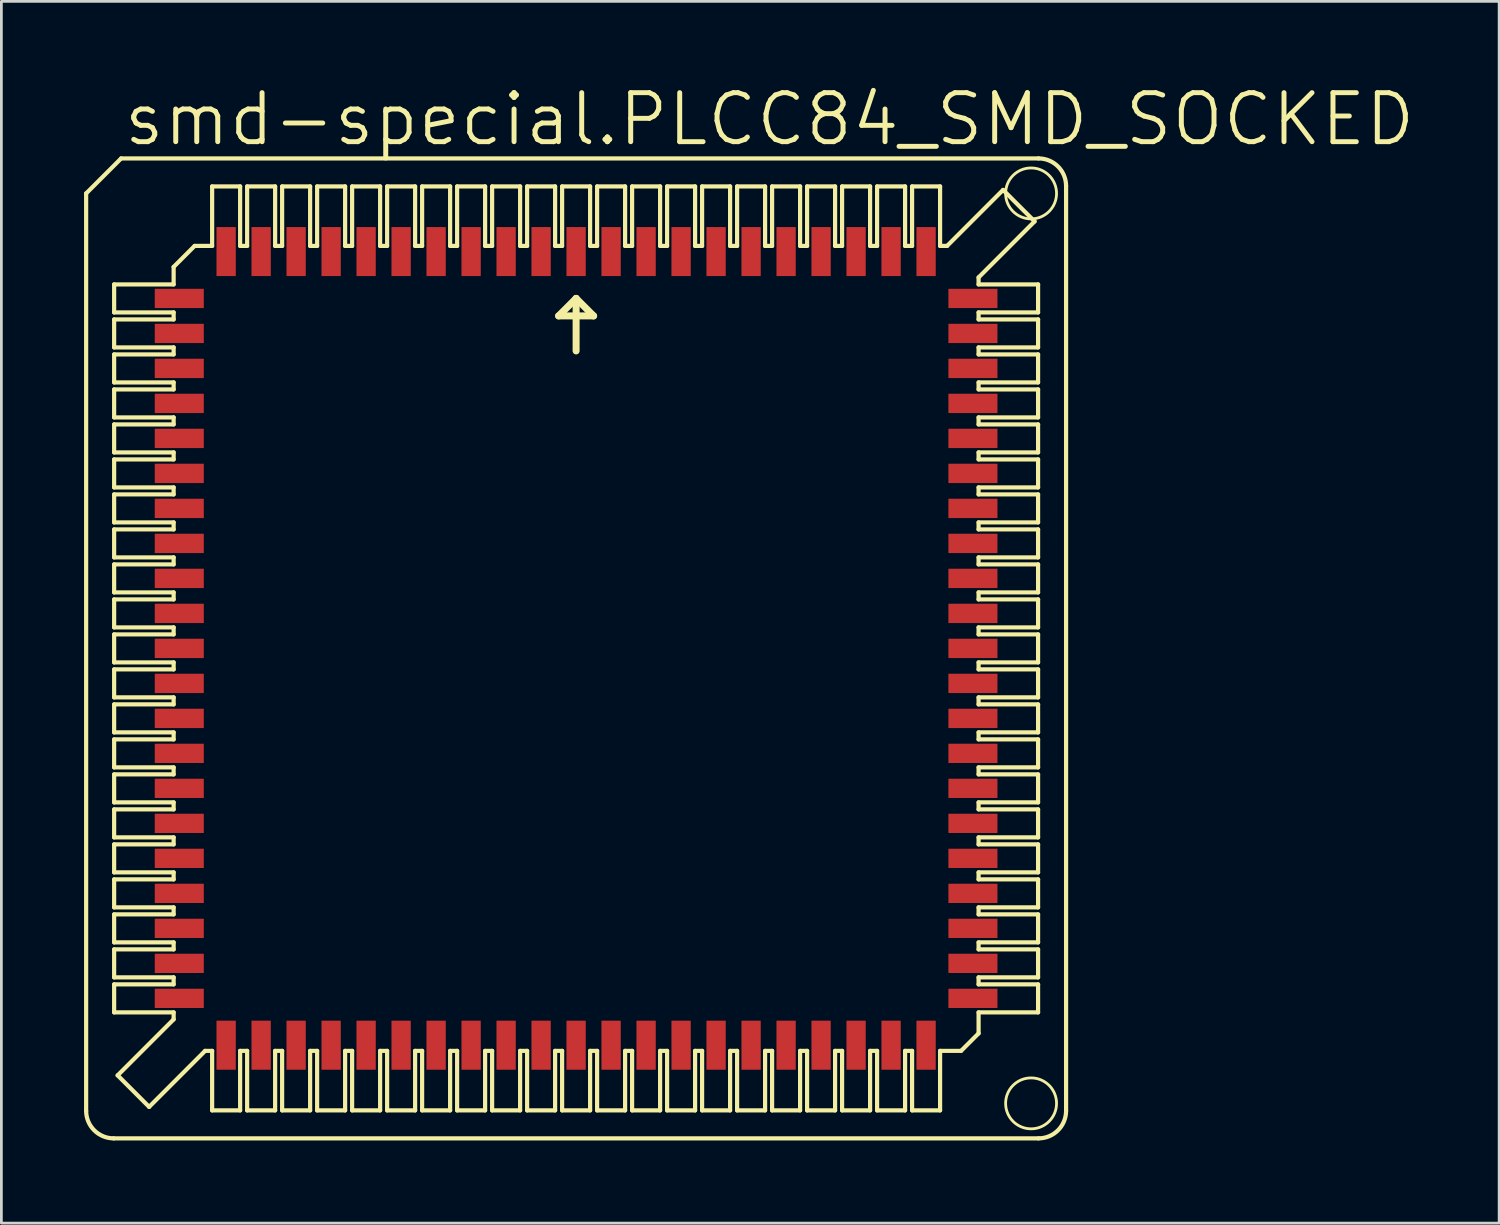
<source format=kicad_pcb>
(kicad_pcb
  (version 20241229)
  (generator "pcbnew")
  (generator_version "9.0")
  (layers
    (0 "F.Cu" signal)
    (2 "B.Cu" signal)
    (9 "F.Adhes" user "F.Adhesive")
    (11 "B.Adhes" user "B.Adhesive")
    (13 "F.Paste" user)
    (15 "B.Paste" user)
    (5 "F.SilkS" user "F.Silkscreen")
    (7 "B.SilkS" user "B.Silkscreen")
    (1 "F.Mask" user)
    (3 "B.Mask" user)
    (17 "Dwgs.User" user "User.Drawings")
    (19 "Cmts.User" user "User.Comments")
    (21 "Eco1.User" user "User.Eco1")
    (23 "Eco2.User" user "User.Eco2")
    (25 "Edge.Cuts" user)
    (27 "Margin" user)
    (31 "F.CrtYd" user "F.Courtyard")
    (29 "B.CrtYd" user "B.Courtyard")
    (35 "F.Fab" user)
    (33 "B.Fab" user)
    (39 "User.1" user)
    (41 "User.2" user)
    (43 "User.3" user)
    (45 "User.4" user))
  (footprint "smd-special.PLCC84_SMD_SOCKED"
    (layer "F.Cu")
    (at 17.856 20.479)
    (property "Reference" "smd-special.PLCC84_SMD_SOCKED" (at -16.51 -18.161 0) (layer "F.SilkS") (effects (font (size 1.778 1.778) (thickness 0.18)) (justify left bottom)))
    (attr smd)
    (fp_line (start -17.78 16.78) (end -17.78 -16.51) (stroke (width 0.152) (type default)) (layer "F.SilkS"))
    (fp_line (start -16.78 17.78) (end 16.78 17.78) (stroke (width 0.152) (type default)) (layer "F.SilkS"))
    (fp_line (start -16.764 -13.208) (end -16.764 -12.192) (stroke (width 0.152) (type default)) (layer "F.SilkS"))
    (fp_line (start -16.764 -13.208) (end -14.605 -13.208) (stroke (width 0.152) (type default)) (layer "F.SilkS"))
    (fp_line (start -16.764 -11.938) (end -16.764 -10.922) (stroke (width 0.152) (type default)) (layer "F.SilkS"))
    (fp_line (start -16.764 -11.938) (end -14.605 -11.938) (stroke (width 0.152) (type default)) (layer "F.SilkS"))
    (fp_line (start -16.764 -9.652) (end -16.764 -10.668) (stroke (width 0.152) (type default)) (layer "F.SilkS"))
    (fp_line (start -16.764 -9.652) (end -14.605 -9.652) (stroke (width 0.152) (type default)) (layer "F.SilkS"))
    (fp_line (start -16.764 -9.398) (end -16.764 -8.382) (stroke (width 0.152) (type default)) (layer "F.SilkS"))
    (fp_line (start -16.764 -9.398) (end -14.605 -9.398) (stroke (width 0.152) (type default)) (layer "F.SilkS"))
    (fp_line (start -16.764 -8.128) (end -16.764 -7.112) (stroke (width 0.152) (type default)) (layer "F.SilkS"))
    (fp_line (start -16.764 -8.128) (end -14.605 -8.128) (stroke (width 0.152) (type default)) (layer "F.SilkS"))
    (fp_line (start -16.764 -6.858) (end -16.764 -5.842) (stroke (width 0.152) (type default)) (layer "F.SilkS"))
    (fp_line (start -16.764 -6.858) (end -14.605 -6.858) (stroke (width 0.152) (type default)) (layer "F.SilkS"))
    (fp_line (start -16.764 -5.588) (end -16.764 -4.572) (stroke (width 0.152) (type default)) (layer "F.SilkS"))
    (fp_line (start -16.764 -5.588) (end -14.605 -5.588) (stroke (width 0.152) (type default)) (layer "F.SilkS"))
    (fp_line (start -16.764 -3.302) (end -16.764 -4.318) (stroke (width 0.152) (type default)) (layer "F.SilkS"))
    (fp_line (start -16.764 -3.302) (end -14.605 -3.302) (stroke (width 0.152) (type default)) (layer "F.SilkS"))
    (fp_line (start -16.764 -2.032) (end -16.764 -3.048) (stroke (width 0.152) (type default)) (layer "F.SilkS"))
    (fp_line (start -16.764 -2.032) (end -14.605 -2.032) (stroke (width 0.152) (type default)) (layer "F.SilkS"))
    (fp_line (start -16.764 -0.762) (end -16.764 -1.778) (stroke (width 0.152) (type default)) (layer "F.SilkS"))
    (fp_line (start -16.764 -0.762) (end -14.605 -0.762) (stroke (width 0.152) (type default)) (layer "F.SilkS"))
    (fp_line (start -16.764 0.508) (end -16.764 -0.508) (stroke (width 0.152) (type default)) (layer "F.SilkS"))
    (fp_line (start -16.764 0.508) (end -14.605 0.508) (stroke (width 0.152) (type default)) (layer "F.SilkS"))
    (fp_line (start -16.764 1.778) (end -16.764 0.762) (stroke (width 0.152) (type default)) (layer "F.SilkS"))
    (fp_line (start -16.764 1.778) (end -14.605 1.778) (stroke (width 0.152) (type default)) (layer "F.SilkS"))
    (fp_line (start -16.764 3.048) (end -16.764 2.032) (stroke (width 0.152) (type default)) (layer "F.SilkS"))
    (fp_line (start -16.764 3.048) (end -14.605 3.048) (stroke (width 0.152) (type default)) (layer "F.SilkS"))
    (fp_line (start -16.764 3.302) (end -16.764 4.318) (stroke (width 0.152) (type default)) (layer "F.SilkS"))
    (fp_line (start -16.764 3.302) (end -14.605 3.302) (stroke (width 0.152) (type default)) (layer "F.SilkS"))
    (fp_line (start -16.764 4.572) (end -16.764 5.588) (stroke (width 0.152) (type default)) (layer "F.SilkS"))
    (fp_line (start -16.764 4.572) (end -14.605 4.572) (stroke (width 0.152) (type default)) (layer "F.SilkS"))
    (fp_line (start -16.764 5.842) (end -16.764 6.858) (stroke (width 0.152) (type default)) (layer "F.SilkS"))
    (fp_line (start -16.764 5.842) (end -14.605 5.842) (stroke (width 0.152) (type default)) (layer "F.SilkS"))
    (fp_line (start -16.764 7.112) (end -14.605 7.112) (stroke (width 0.152) (type default)) (layer "F.SilkS"))
    (fp_line (start -16.764 8.128) (end -16.764 7.112) (stroke (width 0.152) (type default)) (layer "F.SilkS"))
    (fp_line (start -16.764 8.128) (end -14.605 8.128) (stroke (width 0.152) (type default)) (layer "F.SilkS"))
    (fp_line (start -16.764 8.382) (end -16.764 9.398) (stroke (width 0.152) (type default)) (layer "F.SilkS"))
    (fp_line (start -16.764 9.652) (end -16.764 10.668) (stroke (width 0.152) (type default)) (layer "F.SilkS"))
    (fp_line (start -16.764 10.922) (end -16.764 11.938) (stroke (width 0.152) (type default)) (layer "F.SilkS"))
    (fp_line (start -16.764 10.922) (end -14.605 10.922) (stroke (width 0.152) (type default)) (layer "F.SilkS"))
    (fp_line (start -16.764 12.192) (end -16.764 13.208) (stroke (width 0.152) (type default)) (layer "F.SilkS"))
    (fp_line (start -16.764 12.192) (end -14.605 12.192) (stroke (width 0.152) (type default)) (layer "F.SilkS"))
    (fp_line (start -16.637 15.494) (end -15.494 16.637) (stroke (width 0.152) (type default)) (layer "F.SilkS"))
    (fp_line (start -16.637 15.494) (end -14.605 13.462) (stroke (width 0.152) (type default)) (layer "F.SilkS"))
    (fp_line (start -16.51 -17.78) (end -17.78 -16.51) (stroke (width 0.152) (type default)) (layer "F.SilkS"))
    (fp_line (start -14.605 -13.208) (end -14.605 -13.843) (stroke (width 0.152) (type default)) (layer "F.SilkS"))
    (fp_line (start -14.605 -12.192) (end -16.764 -12.192) (stroke (width 0.152) (type default)) (layer "F.SilkS"))
    (fp_line (start -14.605 -12.192) (end -14.605 -11.938) (stroke (width 0.152) (type default)) (layer "F.SilkS"))
    (fp_line (start -14.605 -10.922) (end -16.764 -10.922) (stroke (width 0.152) (type default)) (layer "F.SilkS"))
    (fp_line (start -14.605 -10.668) (end -16.764 -10.668) (stroke (width 0.152) (type default)) (layer "F.SilkS"))
    (fp_line (start -14.605 -10.668) (end -14.605 -10.922) (stroke (width 0.152) (type default)) (layer "F.SilkS"))
    (fp_line (start -14.605 -9.398) (end -14.605 -9.652) (stroke (width 0.152) (type default)) (layer "F.SilkS"))
    (fp_line (start -14.605 -8.382) (end -16.764 -8.382) (stroke (width 0.152) (type default)) (layer "F.SilkS"))
    (fp_line (start -14.605 -8.382) (end -14.605 -8.128) (stroke (width 0.152) (type default)) (layer "F.SilkS"))
    (fp_line (start -14.605 -7.112) (end -16.764 -7.112) (stroke (width 0.152) (type default)) (layer "F.SilkS"))
    (fp_line (start -14.605 -7.112) (end -14.605 -6.858) (stroke (width 0.152) (type default)) (layer "F.SilkS"))
    (fp_line (start -14.605 -5.842) (end -16.764 -5.842) (stroke (width 0.152) (type default)) (layer "F.SilkS"))
    (fp_line (start -14.605 -5.842) (end -14.605 -5.588) (stroke (width 0.152) (type default)) (layer "F.SilkS"))
    (fp_line (start -14.605 -4.572) (end -16.764 -4.572) (stroke (width 0.152) (type default)) (layer "F.SilkS"))
    (fp_line (start -14.605 -4.572) (end -14.605 -4.318) (stroke (width 0.152) (type default)) (layer "F.SilkS"))
    (fp_line (start -14.605 -4.318) (end -16.764 -4.318) (stroke (width 0.152) (type default)) (layer "F.SilkS"))
    (fp_line (start -14.605 -3.048) (end -16.764 -3.048) (stroke (width 0.152) (type default)) (layer "F.SilkS"))
    (fp_line (start -14.605 -3.048) (end -14.605 -3.302) (stroke (width 0.152) (type default)) (layer "F.SilkS"))
    (fp_line (start -14.605 -1.778) (end -16.764 -1.778) (stroke (width 0.152) (type default)) (layer "F.SilkS"))
    (fp_line (start -14.605 -1.778) (end -14.605 -2.032) (stroke (width 0.152) (type default)) (layer "F.SilkS"))
    (fp_line (start -14.605 -0.508) (end -16.764 -0.508) (stroke (width 0.152) (type default)) (layer "F.SilkS"))
    (fp_line (start -14.605 -0.508) (end -14.605 -0.762) (stroke (width 0.152) (type default)) (layer "F.SilkS"))
    (fp_line (start -14.605 0.762) (end -16.764 0.762) (stroke (width 0.152) (type default)) (layer "F.SilkS"))
    (fp_line (start -14.605 0.762) (end -14.605 0.508) (stroke (width 0.152) (type default)) (layer "F.SilkS"))
    (fp_line (start -14.605 2.032) (end -16.764 2.032) (stroke (width 0.152) (type default)) (layer "F.SilkS"))
    (fp_line (start -14.605 2.032) (end -14.605 1.778) (stroke (width 0.152) (type default)) (layer "F.SilkS"))
    (fp_line (start -14.605 3.048) (end -14.605 3.302) (stroke (width 0.152) (type default)) (layer "F.SilkS"))
    (fp_line (start -14.605 4.318) (end -16.764 4.318) (stroke (width 0.152) (type default)) (layer "F.SilkS"))
    (fp_line (start -14.605 4.318) (end -14.605 4.572) (stroke (width 0.152) (type default)) (layer "F.SilkS"))
    (fp_line (start -14.605 5.588) (end -16.764 5.588) (stroke (width 0.152) (type default)) (layer "F.SilkS"))
    (fp_line (start -14.605 5.588) (end -14.605 5.842) (stroke (width 0.152) (type default)) (layer "F.SilkS"))
    (fp_line (start -14.605 6.858) (end -16.764 6.858) (stroke (width 0.152) (type default)) (layer "F.SilkS"))
    (fp_line (start -14.605 6.858) (end -14.605 7.112) (stroke (width 0.152) (type default)) (layer "F.SilkS"))
    (fp_line (start -14.605 8.382) (end -16.764 8.382) (stroke (width 0.152) (type default)) (layer "F.SilkS"))
    (fp_line (start -14.605 8.382) (end -14.605 8.128) (stroke (width 0.152) (type default)) (layer "F.SilkS"))
    (fp_line (start -14.605 9.398) (end -16.764 9.398) (stroke (width 0.152) (type default)) (layer "F.SilkS"))
    (fp_line (start -14.605 9.398) (end -14.605 9.652) (stroke (width 0.152) (type default)) (layer "F.SilkS"))
    (fp_line (start -14.605 9.652) (end -16.764 9.652) (stroke (width 0.152) (type default)) (layer "F.SilkS"))
    (fp_line (start -14.605 10.668) (end -16.764 10.668) (stroke (width 0.152) (type default)) (layer "F.SilkS"))
    (fp_line (start -14.605 10.668) (end -14.605 10.922) (stroke (width 0.152) (type default)) (layer "F.SilkS"))
    (fp_line (start -14.605 11.938) (end -16.764 11.938) (stroke (width 0.152) (type default)) (layer "F.SilkS"))
    (fp_line (start -14.605 11.938) (end -14.605 12.192) (stroke (width 0.152) (type default)) (layer "F.SilkS"))
    (fp_line (start -14.605 13.208) (end -16.764 13.208) (stroke (width 0.152) (type default)) (layer "F.SilkS"))
    (fp_line (start -14.605 13.462) (end -14.605 13.208) (stroke (width 0.152) (type default)) (layer "F.SilkS"))
    (fp_line (start -13.843 -14.605) (end -14.605 -13.843) (stroke (width 0.152) (type default)) (layer "F.SilkS"))
    (fp_line (start -13.462 14.605) (end -15.494 16.637) (stroke (width 0.152) (type default)) (layer "F.SilkS"))
    (fp_line (start -13.208 -14.605) (end -13.843 -14.605) (stroke (width 0.152) (type default)) (layer "F.SilkS"))
    (fp_line (start -13.208 -14.605) (end -13.208 -16.764) (stroke (width 0.152) (type default)) (layer "F.SilkS"))
    (fp_line (start -13.208 14.605) (end -13.462 14.605) (stroke (width 0.152) (type default)) (layer "F.SilkS"))
    (fp_line (start -13.208 14.605) (end -13.208 16.764) (stroke (width 0.152) (type default)) (layer "F.SilkS"))
    (fp_line (start -12.192 -16.764) (end -13.208 -16.764) (stroke (width 0.152) (type default)) (layer "F.SilkS"))
    (fp_line (start -12.192 -16.764) (end -12.192 -14.605) (stroke (width 0.152) (type default)) (layer "F.SilkS"))
    (fp_line (start -12.192 16.764) (end -13.208 16.764) (stroke (width 0.152) (type default)) (layer "F.SilkS"))
    (fp_line (start -12.192 16.764) (end -12.192 14.605) (stroke (width 0.152) (type default)) (layer "F.SilkS"))
    (fp_line (start -11.938 -14.605) (end -12.192 -14.605) (stroke (width 0.152) (type default)) (layer "F.SilkS"))
    (fp_line (start -11.938 -14.605) (end -11.938 -16.764) (stroke (width 0.152) (type default)) (layer "F.SilkS"))
    (fp_line (start -11.938 14.605) (end -12.192 14.605) (stroke (width 0.152) (type default)) (layer "F.SilkS"))
    (fp_line (start -11.938 14.605) (end -11.938 16.764) (stroke (width 0.152) (type default)) (layer "F.SilkS"))
    (fp_line (start -10.922 -16.764) (end -11.938 -16.764) (stroke (width 0.152) (type default)) (layer "F.SilkS"))
    (fp_line (start -10.922 -14.605) (end -10.922 -16.764) (stroke (width 0.152) (type default)) (layer "F.SilkS"))
    (fp_line (start -10.922 -14.605) (end -10.668 -14.605) (stroke (width 0.152) (type default)) (layer "F.SilkS"))
    (fp_line (start -10.922 16.764) (end -11.938 16.764) (stroke (width 0.152) (type default)) (layer "F.SilkS"))
    (fp_line (start -10.922 16.764) (end -10.922 14.605) (stroke (width 0.152) (type default)) (layer "F.SilkS"))
    (fp_line (start -10.668 -14.605) (end -10.668 -16.764) (stroke (width 0.152) (type default)) (layer "F.SilkS"))
    (fp_line (start -10.668 14.605) (end -10.922 14.605) (stroke (width 0.152) (type default)) (layer "F.SilkS"))
    (fp_line (start -10.668 16.764) (end -10.668 14.605) (stroke (width 0.152) (type default)) (layer "F.SilkS"))
    (fp_line (start -10.668 16.764) (end -9.652 16.764) (stroke (width 0.152) (type default)) (layer "F.SilkS"))
    (fp_line (start -9.652 -16.764) (end -10.668 -16.764) (stroke (width 0.152) (type default)) (layer "F.SilkS"))
    (fp_line (start -9.652 -16.764) (end -9.652 -14.605) (stroke (width 0.152) (type default)) (layer "F.SilkS"))
    (fp_line (start -9.652 14.605) (end -9.652 16.764) (stroke (width 0.152) (type default)) (layer "F.SilkS"))
    (fp_line (start -9.652 14.605) (end -9.398 14.605) (stroke (width 0.152) (type default)) (layer "F.SilkS"))
    (fp_line (start -9.398 -14.605) (end -9.652 -14.605) (stroke (width 0.152) (type default)) (layer "F.SilkS"))
    (fp_line (start -9.398 -14.605) (end -9.398 -16.764) (stroke (width 0.152) (type default)) (layer "F.SilkS"))
    (fp_line (start -9.398 16.764) (end -9.398 14.605) (stroke (width 0.152) (type default)) (layer "F.SilkS"))
    (fp_line (start -9.398 16.764) (end -8.382 16.764) (stroke (width 0.152) (type default)) (layer "F.SilkS"))
    (fp_line (start -8.382 -16.764) (end -9.398 -16.764) (stroke (width 0.152) (type default)) (layer "F.SilkS"))
    (fp_line (start -8.382 -16.764) (end -8.382 -14.605) (stroke (width 0.152) (type default)) (layer "F.SilkS"))
    (fp_line (start -8.382 14.605) (end -8.382 16.764) (stroke (width 0.152) (type default)) (layer "F.SilkS"))
    (fp_line (start -8.128 -14.605) (end -8.382 -14.605) (stroke (width 0.152) (type default)) (layer "F.SilkS"))
    (fp_line (start -8.128 -14.605) (end -8.128 -16.764) (stroke (width 0.152) (type default)) (layer "F.SilkS"))
    (fp_line (start -8.128 14.605) (end -8.382 14.605) (stroke (width 0.152) (type default)) (layer "F.SilkS"))
    (fp_line (start -8.128 14.605) (end -8.128 16.764) (stroke (width 0.152) (type default)) (layer "F.SilkS"))
    (fp_line (start -7.112 -16.764) (end -8.128 -16.764) (stroke (width 0.152) (type default)) (layer "F.SilkS"))
    (fp_line (start -7.112 -16.764) (end -7.112 -14.605) (stroke (width 0.152) (type default)) (layer "F.SilkS"))
    (fp_line (start -7.112 16.764) (end -8.128 16.764) (stroke (width 0.152) (type default)) (layer "F.SilkS"))
    (fp_line (start -7.112 16.764) (end -7.112 14.605) (stroke (width 0.152) (type default)) (layer "F.SilkS"))
    (fp_line (start -6.858 -14.605) (end -7.112 -14.605) (stroke (width 0.152) (type default)) (layer "F.SilkS"))
    (fp_line (start -6.858 -14.605) (end -6.858 -16.764) (stroke (width 0.152) (type default)) (layer "F.SilkS"))
    (fp_line (start -6.858 14.605) (end -7.112 14.605) (stroke (width 0.152) (type default)) (layer "F.SilkS"))
    (fp_line (start -6.858 16.764) (end -6.858 14.605) (stroke (width 0.152) (type default)) (layer "F.SilkS"))
    (fp_line (start -6.858 16.764) (end -5.842 16.764) (stroke (width 0.152) (type default)) (layer "F.SilkS"))
    (fp_line (start -5.842 -16.764) (end -6.858 -16.764) (stroke (width 0.152) (type default)) (layer "F.SilkS"))
    (fp_line (start -5.842 -16.764) (end -5.842 -14.605) (stroke (width 0.152) (type default)) (layer "F.SilkS"))
    (fp_line (start -5.842 14.605) (end -5.842 16.764) (stroke (width 0.152) (type default)) (layer "F.SilkS"))
    (fp_line (start -5.842 14.605) (end -5.588 14.605) (stroke (width 0.152) (type default)) (layer "F.SilkS"))
    (fp_line (start -5.588 -14.605) (end -5.842 -14.605) (stroke (width 0.152) (type default)) (layer "F.SilkS"))
    (fp_line (start -5.588 -14.605) (end -5.588 -16.764) (stroke (width 0.152) (type default)) (layer "F.SilkS"))
    (fp_line (start -5.588 16.764) (end -5.588 14.605) (stroke (width 0.152) (type default)) (layer "F.SilkS"))
    (fp_line (start -5.588 16.764) (end -4.572 16.764) (stroke (width 0.152) (type default)) (layer "F.SilkS"))
    (fp_line (start -4.572 -16.764) (end -5.588 -16.764) (stroke (width 0.152) (type default)) (layer "F.SilkS"))
    (fp_line (start -4.572 -16.764) (end -4.572 -14.605) (stroke (width 0.152) (type default)) (layer "F.SilkS"))
    (fp_line (start -4.572 14.605) (end -4.572 16.764) (stroke (width 0.152) (type default)) (layer "F.SilkS"))
    (fp_line (start -4.572 14.605) (end -4.318 14.605) (stroke (width 0.152) (type default)) (layer "F.SilkS"))
    (fp_line (start -4.318 -14.605) (end -4.572 -14.605) (stroke (width 0.152) (type default)) (layer "F.SilkS"))
    (fp_line (start -4.318 -14.605) (end -4.318 -16.764) (stroke (width 0.152) (type default)) (layer "F.SilkS"))
    (fp_line (start -4.318 16.764) (end -4.318 14.605) (stroke (width 0.152) (type default)) (layer "F.SilkS"))
    (fp_line (start -4.318 16.764) (end -3.302 16.764) (stroke (width 0.152) (type default)) (layer "F.SilkS"))
    (fp_line (start -3.302 -16.764) (end -4.318 -16.764) (stroke (width 0.152) (type default)) (layer "F.SilkS"))
    (fp_line (start -3.302 -16.764) (end -3.302 -14.605) (stroke (width 0.152) (type default)) (layer "F.SilkS"))
    (fp_line (start -3.302 14.605) (end -3.302 16.764) (stroke (width 0.152) (type default)) (layer "F.SilkS"))
    (fp_line (start -3.302 14.605) (end -3.048 14.605) (stroke (width 0.152) (type default)) (layer "F.SilkS"))
    (fp_line (start -3.048 -14.605) (end -3.302 -14.605) (stroke (width 0.152) (type default)) (layer "F.SilkS"))
    (fp_line (start -3.048 -14.605) (end -3.048 -16.764) (stroke (width 0.152) (type default)) (layer "F.SilkS"))
    (fp_line (start -3.048 16.764) (end -3.048 14.605) (stroke (width 0.152) (type default)) (layer "F.SilkS"))
    (fp_line (start -3.048 16.764) (end -2.032 16.764) (stroke (width 0.152) (type default)) (layer "F.SilkS"))
    (fp_line (start -2.032 -16.764) (end -3.048 -16.764) (stroke (width 0.152) (type default)) (layer "F.SilkS"))
    (fp_line (start -2.032 -16.764) (end -2.032 -14.605) (stroke (width 0.152) (type default)) (layer "F.SilkS"))
    (fp_line (start -2.032 14.605) (end -2.032 16.764) (stroke (width 0.152) (type default)) (layer "F.SilkS"))
    (fp_line (start -2.032 14.605) (end -1.778 14.605) (stroke (width 0.152) (type default)) (layer "F.SilkS"))
    (fp_line (start -1.778 -14.605) (end -2.032 -14.605) (stroke (width 0.152) (type default)) (layer "F.SilkS"))
    (fp_line (start -1.778 -14.605) (end -1.778 -16.764) (stroke (width 0.152) (type default)) (layer "F.SilkS"))
    (fp_line (start -1.778 16.764) (end -1.778 14.605) (stroke (width 0.152) (type default)) (layer "F.SilkS"))
    (fp_line (start -1.778 16.764) (end -0.762 16.764) (stroke (width 0.152) (type default)) (layer "F.SilkS"))
    (fp_line (start -0.762 -16.764) (end -1.778 -16.764) (stroke (width 0.152) (type default)) (layer "F.SilkS"))
    (fp_line (start -0.762 -16.764) (end -0.762 -14.605) (stroke (width 0.152) (type default)) (layer "F.SilkS"))
    (fp_line (start -0.762 14.605) (end -0.762 16.764) (stroke (width 0.152) (type default)) (layer "F.SilkS"))
    (fp_line (start -0.762 14.605) (end -0.508 14.605) (stroke (width 0.152) (type default)) (layer "F.SilkS"))
    (fp_line (start -0.635 -12.065) (end 0 -12.7) (stroke (width 0.254) (type default)) (layer "F.SilkS"))
    (fp_line (start -0.508 -14.605) (end -0.762 -14.605) (stroke (width 0.152) (type default)) (layer "F.SilkS"))
    (fp_line (start -0.508 -14.605) (end -0.508 -16.764) (stroke (width 0.152) (type default)) (layer "F.SilkS"))
    (fp_line (start -0.508 16.764) (end -0.508 14.605) (stroke (width 0.152) (type default)) (layer "F.SilkS"))
    (fp_line (start -0.508 16.764) (end 0.508 16.764) (stroke (width 0.152) (type default)) (layer "F.SilkS"))
    (fp_line (start 0 -12.7) (end 0 -10.795) (stroke (width 0.254) (type default)) (layer "F.SilkS"))
    (fp_line (start 0 -12.7) (end 0.635 -12.065) (stroke (width 0.254) (type default)) (layer "F.SilkS"))
    (fp_line (start 0.508 -16.764) (end -0.508 -16.764) (stroke (width 0.152) (type default)) (layer "F.SilkS"))
    (fp_line (start 0.508 -16.764) (end 0.508 -14.605) (stroke (width 0.152) (type default)) (layer "F.SilkS"))
    (fp_line (start 0.508 14.605) (end 0.508 16.764) (stroke (width 0.152) (type default)) (layer "F.SilkS"))
    (fp_line (start 0.508 14.605) (end 0.762 14.605) (stroke (width 0.152) (type default)) (layer "F.SilkS"))
    (fp_line (start 0.635 -12.065) (end -0.635 -12.065) (stroke (width 0.254) (type default)) (layer "F.SilkS"))
    (fp_line (start 0.762 -14.605) (end 0.508 -14.605) (stroke (width 0.152) (type default)) (layer "F.SilkS"))
    (fp_line (start 0.762 -14.605) (end 0.762 -16.764) (stroke (width 0.152) (type default)) (layer "F.SilkS"))
    (fp_line (start 0.762 16.764) (end 0.762 14.605) (stroke (width 0.152) (type default)) (layer "F.SilkS"))
    (fp_line (start 0.762 16.764) (end 1.778 16.764) (stroke (width 0.152) (type default)) (layer "F.SilkS"))
    (fp_line (start 1.778 -16.764) (end 0.762 -16.764) (stroke (width 0.152) (type default)) (layer "F.SilkS"))
    (fp_line (start 1.778 -16.764) (end 1.778 -14.605) (stroke (width 0.152) (type default)) (layer "F.SilkS"))
    (fp_line (start 1.778 14.605) (end 1.778 16.764) (stroke (width 0.152) (type default)) (layer "F.SilkS"))
    (fp_line (start 1.778 14.605) (end 2.032 14.605) (stroke (width 0.152) (type default)) (layer "F.SilkS"))
    (fp_line (start 2.032 -14.605) (end 1.778 -14.605) (stroke (width 0.152) (type default)) (layer "F.SilkS"))
    (fp_line (start 2.032 -14.605) (end 2.032 -16.764) (stroke (width 0.152) (type default)) (layer "F.SilkS"))
    (fp_line (start 2.032 16.764) (end 2.032 14.605) (stroke (width 0.152) (type default)) (layer "F.SilkS"))
    (fp_line (start 2.032 16.764) (end 3.048 16.764) (stroke (width 0.152) (type default)) (layer "F.SilkS"))
    (fp_line (start 3.048 -16.764) (end 2.032 -16.764) (stroke (width 0.152) (type default)) (layer "F.SilkS"))
    (fp_line (start 3.048 -16.764) (end 3.048 -14.605) (stroke (width 0.152) (type default)) (layer "F.SilkS"))
    (fp_line (start 3.048 14.605) (end 3.048 16.764) (stroke (width 0.152) (type default)) (layer "F.SilkS"))
    (fp_line (start 3.048 14.605) (end 3.302 14.605) (stroke (width 0.152) (type default)) (layer "F.SilkS"))
    (fp_line (start 3.302 -14.605) (end 3.048 -14.605) (stroke (width 0.152) (type default)) (layer "F.SilkS"))
    (fp_line (start 3.302 -14.605) (end 3.302 -16.764) (stroke (width 0.152) (type default)) (layer "F.SilkS"))
    (fp_line (start 3.302 16.764) (end 3.302 14.605) (stroke (width 0.152) (type default)) (layer "F.SilkS"))
    (fp_line (start 3.302 16.764) (end 4.318 16.764) (stroke (width 0.152) (type default)) (layer "F.SilkS"))
    (fp_line (start 4.318 -16.764) (end 3.302 -16.764) (stroke (width 0.152) (type default)) (layer "F.SilkS"))
    (fp_line (start 4.318 -16.764) (end 4.318 -14.605) (stroke (width 0.152) (type default)) (layer "F.SilkS"))
    (fp_line (start 4.318 14.605) (end 4.318 16.764) (stroke (width 0.152) (type default)) (layer "F.SilkS"))
    (fp_line (start 4.318 14.605) (end 4.572 14.605) (stroke (width 0.152) (type default)) (layer "F.SilkS"))
    (fp_line (start 4.572 -14.605) (end 4.318 -14.605) (stroke (width 0.152) (type default)) (layer "F.SilkS"))
    (fp_line (start 4.572 -14.605) (end 4.572 -16.764) (stroke (width 0.152) (type default)) (layer "F.SilkS"))
    (fp_line (start 4.572 16.764) (end 4.572 14.605) (stroke (width 0.152) (type default)) (layer "F.SilkS"))
    (fp_line (start 4.572 16.764) (end 5.588 16.764) (stroke (width 0.152) (type default)) (layer "F.SilkS"))
    (fp_line (start 5.588 -16.764) (end 4.572 -16.764) (stroke (width 0.152) (type default)) (layer "F.SilkS"))
    (fp_line (start 5.588 -16.764) (end 5.588 -14.605) (stroke (width 0.152) (type default)) (layer "F.SilkS"))
    (fp_line (start 5.588 14.605) (end 5.588 16.764) (stroke (width 0.152) (type default)) (layer "F.SilkS"))
    (fp_line (start 5.588 14.605) (end 5.842 14.605) (stroke (width 0.152) (type default)) (layer "F.SilkS"))
    (fp_line (start 5.842 -14.605) (end 5.588 -14.605) (stroke (width 0.152) (type default)) (layer "F.SilkS"))
    (fp_line (start 5.842 -14.605) (end 5.842 -16.764) (stroke (width 0.152) (type default)) (layer "F.SilkS"))
    (fp_line (start 5.842 16.764) (end 5.842 14.605) (stroke (width 0.152) (type default)) (layer "F.SilkS"))
    (fp_line (start 5.842 16.764) (end 6.858 16.764) (stroke (width 0.152) (type default)) (layer "F.SilkS"))
    (fp_line (start 6.858 -16.764) (end 5.842 -16.764) (stroke (width 0.152) (type default)) (layer "F.SilkS"))
    (fp_line (start 6.858 -16.764) (end 6.858 -14.605) (stroke (width 0.152) (type default)) (layer "F.SilkS"))
    (fp_line (start 6.858 -14.605) (end 7.112 -14.605) (stroke (width 0.152) (type default)) (layer "F.SilkS"))
    (fp_line (start 6.858 14.605) (end 6.858 16.764) (stroke (width 0.152) (type default)) (layer "F.SilkS"))
    (fp_line (start 6.858 14.605) (end 7.112 14.605) (stroke (width 0.152) (type default)) (layer "F.SilkS"))
    (fp_line (start 7.112 -16.764) (end 7.112 -14.605) (stroke (width 0.152) (type default)) (layer "F.SilkS"))
    (fp_line (start 7.112 -16.764) (end 8.128 -16.764) (stroke (width 0.152) (type default)) (layer "F.SilkS"))
    (fp_line (start 7.112 16.764) (end 7.112 14.605) (stroke (width 0.152) (type default)) (layer "F.SilkS"))
    (fp_line (start 7.112 16.764) (end 8.128 16.764) (stroke (width 0.152) (type default)) (layer "F.SilkS"))
    (fp_line (start 8.128 -14.605) (end 8.128 -16.764) (stroke (width 0.152) (type default)) (layer "F.SilkS"))
    (fp_line (start 8.128 -14.605) (end 8.382 -14.605) (stroke (width 0.152) (type default)) (layer "F.SilkS"))
    (fp_line (start 8.128 14.605) (end 8.128 16.764) (stroke (width 0.152) (type default)) (layer "F.SilkS"))
    (fp_line (start 8.128 14.605) (end 8.382 14.605) (stroke (width 0.152) (type default)) (layer "F.SilkS"))
    (fp_line (start 8.382 -14.605) (end 8.382 -16.764) (stroke (width 0.152) (type default)) (layer "F.SilkS"))
    (fp_line (start 8.382 16.764) (end 8.382 14.605) (stroke (width 0.152) (type default)) (layer "F.SilkS"))
    (fp_line (start 8.382 16.764) (end 9.398 16.764) (stroke (width 0.152) (type default)) (layer "F.SilkS"))
    (fp_line (start 9.398 -16.764) (end 8.382 -16.764) (stroke (width 0.152) (type default)) (layer "F.SilkS"))
    (fp_line (start 9.398 -16.764) (end 9.398 -14.605) (stroke (width 0.152) (type default)) (layer "F.SilkS"))
    (fp_line (start 9.398 16.764) (end 9.398 14.605) (stroke (width 0.152) (type default)) (layer "F.SilkS"))
    (fp_line (start 9.652 -14.605) (end 9.398 -14.605) (stroke (width 0.152) (type default)) (layer "F.SilkS"))
    (fp_line (start 9.652 -14.605) (end 9.652 -16.764) (stroke (width 0.152) (type default)) (layer "F.SilkS"))
    (fp_line (start 9.652 14.605) (end 9.398 14.605) (stroke (width 0.152) (type default)) (layer "F.SilkS"))
    (fp_line (start 9.652 16.764) (end 9.652 14.605) (stroke (width 0.152) (type default)) (layer "F.SilkS"))
    (fp_line (start 9.652 16.764) (end 10.668 16.764) (stroke (width 0.152) (type default)) (layer "F.SilkS"))
    (fp_line (start 10.668 -16.764) (end 9.652 -16.764) (stroke (width 0.152) (type default)) (layer "F.SilkS"))
    (fp_line (start 10.668 -16.764) (end 10.668 -14.605) (stroke (width 0.152) (type default)) (layer "F.SilkS"))
    (fp_line (start 10.668 14.605) (end 10.668 16.764) (stroke (width 0.152) (type default)) (layer "F.SilkS"))
    (fp_line (start 10.668 14.605) (end 10.922 14.605) (stroke (width 0.152) (type default)) (layer "F.SilkS"))
    (fp_line (start 10.922 -16.764) (end 11.938 -16.764) (stroke (width 0.152) (type default)) (layer "F.SilkS"))
    (fp_line (start 10.922 -14.605) (end 10.668 -14.605) (stroke (width 0.152) (type default)) (layer "F.SilkS"))
    (fp_line (start 10.922 -14.605) (end 10.922 -16.764) (stroke (width 0.152) (type default)) (layer "F.SilkS"))
    (fp_line (start 10.922 16.764) (end 10.922 14.605) (stroke (width 0.152) (type default)) (layer "F.SilkS"))
    (fp_line (start 10.922 16.764) (end 11.938 16.764) (stroke (width 0.152) (type default)) (layer "F.SilkS"))
    (fp_line (start 11.938 -14.605) (end 11.938 -16.764) (stroke (width 0.152) (type default)) (layer "F.SilkS"))
    (fp_line (start 11.938 -14.605) (end 12.192 -14.605) (stroke (width 0.152) (type default)) (layer "F.SilkS"))
    (fp_line (start 11.938 14.605) (end 11.938 16.764) (stroke (width 0.152) (type default)) (layer "F.SilkS"))
    (fp_line (start 11.938 14.605) (end 12.192 14.605) (stroke (width 0.152) (type default)) (layer "F.SilkS"))
    (fp_line (start 12.192 -14.605) (end 12.192 -16.764) (stroke (width 0.152) (type default)) (layer "F.SilkS"))
    (fp_line (start 12.192 16.764) (end 12.192 14.605) (stroke (width 0.152) (type default)) (layer "F.SilkS"))
    (fp_line (start 12.192 16.764) (end 13.208 16.764) (stroke (width 0.152) (type default)) (layer "F.SilkS"))
    (fp_line (start 13.208 -16.764) (end 12.192 -16.764) (stroke (width 0.152) (type default)) (layer "F.SilkS"))
    (fp_line (start 13.208 -16.764) (end 13.208 -14.605) (stroke (width 0.152) (type default)) (layer "F.SilkS"))
    (fp_line (start 13.208 -14.605) (end 13.462 -14.605) (stroke (width 0.152) (type default)) (layer "F.SilkS"))
    (fp_line (start 13.208 14.605) (end 13.208 16.764) (stroke (width 0.152) (type default)) (layer "F.SilkS"))
    (fp_line (start 13.208 14.605) (end 13.97 14.605) (stroke (width 0.152) (type default)) (layer "F.SilkS"))
    (fp_line (start 13.462 -14.605) (end 15.494 -16.637) (stroke (width 0.152) (type default)) (layer "F.SilkS"))
    (fp_line (start 14.605 -13.462) (end 14.605 -13.208) (stroke (width 0.152) (type default)) (layer "F.SilkS"))
    (fp_line (start 14.605 -12.192) (end 14.605 -11.938) (stroke (width 0.152) (type default)) (layer "F.SilkS"))
    (fp_line (start 14.605 -12.192) (end 16.764 -12.192) (stroke (width 0.152) (type default)) (layer "F.SilkS"))
    (fp_line (start 14.605 -11.938) (end 16.764 -11.938) (stroke (width 0.152) (type default)) (layer "F.SilkS"))
    (fp_line (start 14.605 -10.668) (end 14.605 -10.922) (stroke (width 0.152) (type default)) (layer "F.SilkS"))
    (fp_line (start 14.605 -10.668) (end 16.764 -10.668) (stroke (width 0.152) (type default)) (layer "F.SilkS"))
    (fp_line (start 14.605 -9.398) (end 14.605 -9.652) (stroke (width 0.152) (type default)) (layer "F.SilkS"))
    (fp_line (start 14.605 -9.398) (end 16.764 -9.398) (stroke (width 0.152) (type default)) (layer "F.SilkS"))
    (fp_line (start 14.605 -8.128) (end 14.605 -8.382) (stroke (width 0.152) (type default)) (layer "F.SilkS"))
    (fp_line (start 14.605 -7.112) (end 14.605 -6.858) (stroke (width 0.152) (type default)) (layer "F.SilkS"))
    (fp_line (start 14.605 -7.112) (end 16.764 -7.112) (stroke (width 0.152) (type default)) (layer "F.SilkS"))
    (fp_line (start 14.605 -5.842) (end 14.605 -5.588) (stroke (width 0.152) (type default)) (layer "F.SilkS"))
    (fp_line (start 14.605 -5.842) (end 16.764 -5.842) (stroke (width 0.152) (type default)) (layer "F.SilkS"))
    (fp_line (start 14.605 -4.572) (end 14.605 -4.318) (stroke (width 0.152) (type default)) (layer "F.SilkS"))
    (fp_line (start 14.605 -4.572) (end 16.764 -4.572) (stroke (width 0.152) (type default)) (layer "F.SilkS"))
    (fp_line (start 14.605 -3.302) (end 14.605 -3.048) (stroke (width 0.152) (type default)) (layer "F.SilkS"))
    (fp_line (start 14.605 -3.302) (end 16.764 -3.302) (stroke (width 0.152) (type default)) (layer "F.SilkS"))
    (fp_line (start 14.605 -2.032) (end 14.605 -1.778) (stroke (width 0.152) (type default)) (layer "F.SilkS"))
    (fp_line (start 14.605 -2.032) (end 16.764 -2.032) (stroke (width 0.152) (type default)) (layer "F.SilkS"))
    (fp_line (start 14.605 -0.762) (end 14.605 -0.508) (stroke (width 0.152) (type default)) (layer "F.SilkS"))
    (fp_line (start 14.605 -0.762) (end 16.764 -0.762) (stroke (width 0.152) (type default)) (layer "F.SilkS"))
    (fp_line (start 14.605 -0.508) (end 16.764 -0.508) (stroke (width 0.152) (type default)) (layer "F.SilkS"))
    (fp_line (start 14.605 0.762) (end 14.605 0.508) (stroke (width 0.152) (type default)) (layer "F.SilkS"))
    (fp_line (start 14.605 0.762) (end 16.764 0.762) (stroke (width 0.152) (type default)) (layer "F.SilkS"))
    (fp_line (start 14.605 2.032) (end 14.605 1.778) (stroke (width 0.152) (type default)) (layer "F.SilkS"))
    (fp_line (start 14.605 2.032) (end 16.764 2.032) (stroke (width 0.152) (type default)) (layer "F.SilkS"))
    (fp_line (start 14.605 3.302) (end 14.605 3.048) (stroke (width 0.152) (type default)) (layer "F.SilkS"))
    (fp_line (start 14.605 3.302) (end 16.764 3.302) (stroke (width 0.152) (type default)) (layer "F.SilkS"))
    (fp_line (start 14.605 4.318) (end 14.605 4.572) (stroke (width 0.152) (type default)) (layer "F.SilkS"))
    (fp_line (start 14.605 5.588) (end 14.605 5.842) (stroke (width 0.152) (type default)) (layer "F.SilkS"))
    (fp_line (start 14.605 5.588) (end 16.764 5.588) (stroke (width 0.152) (type default)) (layer "F.SilkS"))
    (fp_line (start 14.605 5.842) (end 16.764 5.842) (stroke (width 0.152) (type default)) (layer "F.SilkS"))
    (fp_line (start 14.605 7.112) (end 14.605 6.858) (stroke (width 0.152) (type default)) (layer "F.SilkS"))
    (fp_line (start 14.605 7.112) (end 16.764 7.112) (stroke (width 0.152) (type default)) (layer "F.SilkS"))
    (fp_line (start 14.605 8.128) (end 14.605 8.382) (stroke (width 0.152) (type default)) (layer "F.SilkS"))
    (fp_line (start 14.605 8.382) (end 16.764 8.382) (stroke (width 0.152) (type default)) (layer "F.SilkS"))
    (fp_line (start 14.605 9.652) (end 14.605 9.398) (stroke (width 0.152) (type default)) (layer "F.SilkS"))
    (fp_line (start 14.605 9.652) (end 16.764 9.652) (stroke (width 0.152) (type default)) (layer "F.SilkS"))
    (fp_line (start 14.605 10.668) (end 14.605 10.922) (stroke (width 0.152) (type default)) (layer "F.SilkS"))
    (fp_line (start 14.605 11.938) (end 14.605 12.192) (stroke (width 0.152) (type default)) (layer "F.SilkS"))
    (fp_line (start 14.605 11.938) (end 16.764 11.938) (stroke (width 0.152) (type default)) (layer "F.SilkS"))
    (fp_line (start 14.605 12.192) (end 16.764 12.192) (stroke (width 0.152) (type default)) (layer "F.SilkS"))
    (fp_line (start 14.605 13.97) (end 13.97 14.605) (stroke (width 0.152) (type default)) (layer "F.SilkS"))
    (fp_line (start 14.605 13.97) (end 14.605 13.208) (stroke (width 0.152) (type default)) (layer "F.SilkS"))
    (fp_line (start 16.637 -15.494) (end 14.605 -13.462) (stroke (width 0.152) (type default)) (layer "F.SilkS"))
    (fp_line (start 16.637 -15.494) (end 15.494 -16.637) (stroke (width 0.152) (type default)) (layer "F.SilkS"))
    (fp_line (start 16.764 -13.208) (end 14.605 -13.208) (stroke (width 0.152) (type default)) (layer "F.SilkS"))
    (fp_line (start 16.764 -13.208) (end 16.764 -12.192) (stroke (width 0.152) (type default)) (layer "F.SilkS"))
    (fp_line (start 16.764 -10.922) (end 14.605 -10.922) (stroke (width 0.152) (type default)) (layer "F.SilkS"))
    (fp_line (start 16.764 -10.922) (end 16.764 -11.938) (stroke (width 0.152) (type default)) (layer "F.SilkS"))
    (fp_line (start 16.764 -9.652) (end 14.605 -9.652) (stroke (width 0.152) (type default)) (layer "F.SilkS"))
    (fp_line (start 16.764 -9.652) (end 16.764 -10.668) (stroke (width 0.152) (type default)) (layer "F.SilkS"))
    (fp_line (start 16.764 -8.382) (end 14.605 -8.382) (stroke (width 0.152) (type default)) (layer "F.SilkS"))
    (fp_line (start 16.764 -8.382) (end 16.764 -9.398) (stroke (width 0.152) (type default)) (layer "F.SilkS"))
    (fp_line (start 16.764 -8.128) (end 14.605 -8.128) (stroke (width 0.152) (type default)) (layer "F.SilkS"))
    (fp_line (start 16.764 -8.128) (end 16.764 -7.112) (stroke (width 0.152) (type default)) (layer "F.SilkS"))
    (fp_line (start 16.764 -6.858) (end 14.605 -6.858) (stroke (width 0.152) (type default)) (layer "F.SilkS"))
    (fp_line (start 16.764 -6.858) (end 16.764 -5.842) (stroke (width 0.152) (type default)) (layer "F.SilkS"))
    (fp_line (start 16.764 -5.588) (end 14.605 -5.588) (stroke (width 0.152) (type default)) (layer "F.SilkS"))
    (fp_line (start 16.764 -5.588) (end 16.764 -4.572) (stroke (width 0.152) (type default)) (layer "F.SilkS"))
    (fp_line (start 16.764 -4.318) (end 14.605 -4.318) (stroke (width 0.152) (type default)) (layer "F.SilkS"))
    (fp_line (start 16.764 -4.318) (end 16.764 -3.302) (stroke (width 0.152) (type default)) (layer "F.SilkS"))
    (fp_line (start 16.764 -3.048) (end 14.605 -3.048) (stroke (width 0.152) (type default)) (layer "F.SilkS"))
    (fp_line (start 16.764 -3.048) (end 16.764 -2.032) (stroke (width 0.152) (type default)) (layer "F.SilkS"))
    (fp_line (start 16.764 -1.778) (end 14.605 -1.778) (stroke (width 0.152) (type default)) (layer "F.SilkS"))
    (fp_line (start 16.764 -1.778) (end 16.764 -0.762) (stroke (width 0.152) (type default)) (layer "F.SilkS"))
    (fp_line (start 16.764 0.508) (end 14.605 0.508) (stroke (width 0.152) (type default)) (layer "F.SilkS"))
    (fp_line (start 16.764 0.508) (end 16.764 -0.508) (stroke (width 0.152) (type default)) (layer "F.SilkS"))
    (fp_line (start 16.764 1.778) (end 14.605 1.778) (stroke (width 0.152) (type default)) (layer "F.SilkS"))
    (fp_line (start 16.764 1.778) (end 16.764 0.762) (stroke (width 0.152) (type default)) (layer "F.SilkS"))
    (fp_line (start 16.764 3.048) (end 14.605 3.048) (stroke (width 0.152) (type default)) (layer "F.SilkS"))
    (fp_line (start 16.764 3.048) (end 16.764 2.032) (stroke (width 0.152) (type default)) (layer "F.SilkS"))
    (fp_line (start 16.764 4.318) (end 14.605 4.318) (stroke (width 0.152) (type default)) (layer "F.SilkS"))
    (fp_line (start 16.764 4.318) (end 16.764 3.302) (stroke (width 0.152) (type default)) (layer "F.SilkS"))
    (fp_line (start 16.764 4.572) (end 14.605 4.572) (stroke (width 0.152) (type default)) (layer "F.SilkS"))
    (fp_line (start 16.764 4.572) (end 16.764 5.588) (stroke (width 0.152) (type default)) (layer "F.SilkS"))
    (fp_line (start 16.764 6.858) (end 14.605 6.858) (stroke (width 0.152) (type default)) (layer "F.SilkS"))
    (fp_line (start 16.764 6.858) (end 16.764 5.842) (stroke (width 0.152) (type default)) (layer "F.SilkS"))
    (fp_line (start 16.764 8.128) (end 14.605 8.128) (stroke (width 0.152) (type default)) (layer "F.SilkS"))
    (fp_line (start 16.764 8.128) (end 16.764 7.112) (stroke (width 0.152) (type default)) (layer "F.SilkS"))
    (fp_line (start 16.764 9.398) (end 14.605 9.398) (stroke (width 0.152) (type default)) (layer "F.SilkS"))
    (fp_line (start 16.764 9.398) (end 16.764 8.382) (stroke (width 0.152) (type default)) (layer "F.SilkS"))
    (fp_line (start 16.764 10.668) (end 14.605 10.668) (stroke (width 0.152) (type default)) (layer "F.SilkS"))
    (fp_line (start 16.764 10.668) (end 16.764 9.652) (stroke (width 0.152) (type default)) (layer "F.SilkS"))
    (fp_line (start 16.764 10.922) (end 14.605 10.922) (stroke (width 0.152) (type default)) (layer "F.SilkS"))
    (fp_line (start 16.764 10.922) (end 16.764 11.938) (stroke (width 0.152) (type default)) (layer "F.SilkS"))
    (fp_line (start 16.764 13.208) (end 14.605 13.208) (stroke (width 0.152) (type default)) (layer "F.SilkS"))
    (fp_line (start 16.764 13.208) (end 16.764 12.192) (stroke (width 0.152) (type default)) (layer "F.SilkS"))
    (fp_line (start 16.78 -17.78) (end -16.51 -17.78) (stroke (width 0.152) (type default)) (layer "F.SilkS"))
    (fp_line (start 17.78 16.78) (end 17.78 -16.78) (stroke (width 0.152) (type default)) (layer "F.SilkS"))
    (fp_arc (start -16.78 17.78) (mid -17.487107 17.487107) (end -17.78 16.78) (stroke (width 0.1524) (type default)) (layer "F.SilkS"))
    (fp_arc (start 16.78 -17.78) (mid 17.487107 -17.487107) (end 17.78 -16.78) (stroke (width 0.1524) (type default)) (layer "F.SilkS"))
    (fp_arc (start 17.78 16.78) (mid 17.487107 17.487107) (end 16.78 17.78) (stroke (width 0.1524) (type default)) (layer "F.SilkS"))
    (fp_circle (center 16.51 -16.51) (end 17.434 -16.51) (stroke (width 0.102) (type default)) (fill no) (layer "F.SilkS"))
    (fp_circle (center 16.51 16.51) (end 17.434 16.51) (stroke (width 0.102) (type default)) (fill no) (layer "F.SilkS"))
    (pad "1" smd roundrect (at 0 -14.4) (size 0.7 1.78) (layers "F.Cu" "F.Mask" "F.Paste") (roundrect_rratio 0.01))
    (pad "2" smd roundrect (at -1.27 -14.4) (size 0.7 1.78) (layers "F.Cu" "F.Mask" "F.Paste") (roundrect_rratio 0.01))
    (pad "3" smd roundrect (at -2.54 -14.4) (size 0.7 1.78) (layers "F.Cu" "F.Mask" "F.Paste") (roundrect_rratio 0.01))
    (pad "4" smd roundrect (at -3.81 -14.4) (size 0.7 1.78) (layers "F.Cu" "F.Mask" "F.Paste") (roundrect_rratio 0.01))
    (pad "5" smd roundrect (at -5.08 -14.4) (size 0.7 1.78) (layers "F.Cu" "F.Mask" "F.Paste") (roundrect_rratio 0.01))
    (pad "6" smd roundrect (at -6.35 -14.4) (size 0.7 1.78) (layers "F.Cu" "F.Mask" "F.Paste") (roundrect_rratio 0.01))
    (pad "7" smd roundrect (at -7.62 -14.4) (size 0.7 1.78) (layers "F.Cu" "F.Mask" "F.Paste") (roundrect_rratio 0.01))
    (pad "8" smd roundrect (at -8.89 -14.4) (size 0.7 1.78) (layers "F.Cu" "F.Mask" "F.Paste") (roundrect_rratio 0.01))
    (pad "9" smd roundrect (at -10.16 -14.4) (size 0.7 1.78) (layers "F.Cu" "F.Mask" "F.Paste") (roundrect_rratio 0.01))
    (pad "10" smd roundrect (at -11.43 -14.4) (size 0.7 1.78) (layers "F.Cu" "F.Mask" "F.Paste") (roundrect_rratio 0.01))
    (pad "11" smd roundrect (at -12.7 -14.4) (size 0.7 1.78) (layers "F.Cu" "F.Mask" "F.Paste") (roundrect_rratio 0.01))
    (pad "12" smd roundrect (at -14.4 -12.7) (size 1.78 0.7) (layers "F.Cu" "F.Mask" "F.Paste") (roundrect_rratio 0.01))
    (pad "13" smd roundrect (at -14.4 -11.43) (size 1.78 0.7) (layers "F.Cu" "F.Mask" "F.Paste") (roundrect_rratio 0.01))
    (pad "14" smd roundrect (at -14.4 -10.16) (size 1.78 0.7) (layers "F.Cu" "F.Mask" "F.Paste") (roundrect_rratio 0.01))
    (pad "15" smd roundrect (at -14.4 -8.89) (size 1.78 0.7) (layers "F.Cu" "F.Mask" "F.Paste") (roundrect_rratio 0.01))
    (pad "16" smd roundrect (at -14.4 -7.62) (size 1.78 0.7) (layers "F.Cu" "F.Mask" "F.Paste") (roundrect_rratio 0.01))
    (pad "17" smd roundrect (at -14.4 -6.35) (size 1.78 0.7) (layers "F.Cu" "F.Mask" "F.Paste") (roundrect_rratio 0.01))
    (pad "18" smd roundrect (at -14.4 -5.08) (size 1.78 0.7) (layers "F.Cu" "F.Mask" "F.Paste") (roundrect_rratio 0.01))
    (pad "19" smd roundrect (at -14.4 -3.81) (size 1.78 0.7) (layers "F.Cu" "F.Mask" "F.Paste") (roundrect_rratio 0.01))
    (pad "20" smd roundrect (at -14.4 -2.54) (size 1.78 0.7) (layers "F.Cu" "F.Mask" "F.Paste") (roundrect_rratio 0.01))
    (pad "21" smd roundrect (at -14.4 -1.27) (size 1.78 0.7) (layers "F.Cu" "F.Mask" "F.Paste") (roundrect_rratio 0.01))
    (pad "22" smd roundrect (at -14.4 0) (size 1.78 0.7) (layers "F.Cu" "F.Mask" "F.Paste") (roundrect_rratio 0.01))
    (pad "23" smd roundrect (at -14.4 1.27) (size 1.78 0.7) (layers "F.Cu" "F.Mask" "F.Paste") (roundrect_rratio 0.01))
    (pad "24" smd roundrect (at -14.4 2.54) (size 1.78 0.7) (layers "F.Cu" "F.Mask" "F.Paste") (roundrect_rratio 0.01))
    (pad "25" smd roundrect (at -14.4 3.81) (size 1.78 0.7) (layers "F.Cu" "F.Mask" "F.Paste") (roundrect_rratio 0.01))
    (pad "26" smd roundrect (at -14.4 5.08) (size 1.78 0.7) (layers "F.Cu" "F.Mask" "F.Paste") (roundrect_rratio 0.01))
    (pad "27" smd roundrect (at -14.4 6.35) (size 1.78 0.7) (layers "F.Cu" "F.Mask" "F.Paste") (roundrect_rratio 0.01))
    (pad "28" smd roundrect (at -14.4 7.62) (size 1.78 0.7) (layers "F.Cu" "F.Mask" "F.Paste") (roundrect_rratio 0.01))
    (pad "29" smd roundrect (at -14.4 8.89) (size 1.78 0.7) (layers "F.Cu" "F.Mask" "F.Paste") (roundrect_rratio 0.01))
    (pad "30" smd roundrect (at -14.4 10.16) (size 1.78 0.7) (layers "F.Cu" "F.Mask" "F.Paste") (roundrect_rratio 0.01))
    (pad "31" smd roundrect (at -14.4 11.43) (size 1.78 0.7) (layers "F.Cu" "F.Mask" "F.Paste") (roundrect_rratio 0.01))
    (pad "32" smd roundrect (at -14.4 12.7) (size 1.78 0.7) (layers "F.Cu" "F.Mask" "F.Paste") (roundrect_rratio 0.01))
    (pad "33" smd roundrect (at -12.7 14.4) (size 0.7 1.78) (layers "F.Cu" "F.Mask" "F.Paste") (roundrect_rratio 0.01))
    (pad "34" smd roundrect (at -11.43 14.4) (size 0.7 1.78) (layers "F.Cu" "F.Mask" "F.Paste") (roundrect_rratio 0.01))
    (pad "35" smd roundrect (at -10.16 14.4) (size 0.7 1.78) (layers "F.Cu" "F.Mask" "F.Paste") (roundrect_rratio 0.01))
    (pad "36" smd roundrect (at -8.89 14.4) (size 0.7 1.78) (layers "F.Cu" "F.Mask" "F.Paste") (roundrect_rratio 0.01))
    (pad "37" smd roundrect (at -7.62 14.4) (size 0.7 1.78) (layers "F.Cu" "F.Mask" "F.Paste") (roundrect_rratio 0.01))
    (pad "38" smd roundrect (at -6.35 14.4) (size 0.7 1.78) (layers "F.Cu" "F.Mask" "F.Paste") (roundrect_rratio 0.01))
    (pad "39" smd roundrect (at -5.08 14.4) (size 0.7 1.78) (layers "F.Cu" "F.Mask" "F.Paste") (roundrect_rratio 0.01))
    (pad "40" smd roundrect (at -3.81 14.4) (size 0.7 1.78) (layers "F.Cu" "F.Mask" "F.Paste") (roundrect_rratio 0.01))
    (pad "41" smd roundrect (at -2.54 14.4) (size 0.7 1.78) (layers "F.Cu" "F.Mask" "F.Paste") (roundrect_rratio 0.01))
    (pad "42" smd roundrect (at -1.27 14.4) (size 0.7 1.78) (layers "F.Cu" "F.Mask" "F.Paste") (roundrect_rratio 0.01))
    (pad "43" smd roundrect (at 0 14.4) (size 0.7 1.78) (layers "F.Cu" "F.Mask" "F.Paste") (roundrect_rratio 0.01))
    (pad "44" smd roundrect (at 1.27 14.4) (size 0.7 1.78) (layers "F.Cu" "F.Mask" "F.Paste") (roundrect_rratio 0.01))
    (pad "45" smd roundrect (at 2.54 14.4) (size 0.7 1.78) (layers "F.Cu" "F.Mask" "F.Paste") (roundrect_rratio 0.01))
    (pad "46" smd roundrect (at 3.81 14.4) (size 0.7 1.78) (layers "F.Cu" "F.Mask" "F.Paste") (roundrect_rratio 0.01))
    (pad "47" smd roundrect (at 5.08 14.4) (size 0.7 1.78) (layers "F.Cu" "F.Mask" "F.Paste") (roundrect_rratio 0.01))
    (pad "48" smd roundrect (at 6.35 14.4) (size 0.7 1.78) (layers "F.Cu" "F.Mask" "F.Paste") (roundrect_rratio 0.01))
    (pad "49" smd roundrect (at 7.62 14.4) (size 0.7 1.78) (layers "F.Cu" "F.Mask" "F.Paste") (roundrect_rratio 0.01))
    (pad "50" smd roundrect (at 8.89 14.4) (size 0.7 1.78) (layers "F.Cu" "F.Mask" "F.Paste") (roundrect_rratio 0.01))
    (pad "51" smd roundrect (at 10.16 14.4) (size 0.7 1.78) (layers "F.Cu" "F.Mask" "F.Paste") (roundrect_rratio 0.01))
    (pad "52" smd roundrect (at 11.43 14.4) (size 0.7 1.78) (layers "F.Cu" "F.Mask" "F.Paste") (roundrect_rratio 0.01))
    (pad "53" smd roundrect (at 12.7 14.4) (size 0.7 1.78) (layers "F.Cu" "F.Mask" "F.Paste") (roundrect_rratio 0.01))
    (pad "54" smd roundrect (at 14.4 12.7) (size 1.78 0.7) (layers "F.Cu" "F.Mask" "F.Paste") (roundrect_rratio 0.01))
    (pad "55" smd roundrect (at 14.4 11.43) (size 1.78 0.7) (layers "F.Cu" "F.Mask" "F.Paste") (roundrect_rratio 0.01))
    (pad "56" smd roundrect (at 14.4 10.16) (size 1.78 0.7) (layers "F.Cu" "F.Mask" "F.Paste") (roundrect_rratio 0.01))
    (pad "57" smd roundrect (at 14.4 8.89) (size 1.78 0.7) (layers "F.Cu" "F.Mask" "F.Paste") (roundrect_rratio 0.01))
    (pad "58" smd roundrect (at 14.4 7.62) (size 1.78 0.7) (layers "F.Cu" "F.Mask" "F.Paste") (roundrect_rratio 0.01))
    (pad "59" smd roundrect (at 14.4 6.35) (size 1.78 0.7) (layers "F.Cu" "F.Mask" "F.Paste") (roundrect_rratio 0.01))
    (pad "60" smd roundrect (at 14.4 5.08) (size 1.78 0.7) (layers "F.Cu" "F.Mask" "F.Paste") (roundrect_rratio 0.01))
    (pad "61" smd roundrect (at 14.4 3.81) (size 1.78 0.7) (layers "F.Cu" "F.Mask" "F.Paste") (roundrect_rratio 0.01))
    (pad "62" smd roundrect (at 14.4 2.54) (size 1.78 0.7) (layers "F.Cu" "F.Mask" "F.Paste") (roundrect_rratio 0.01))
    (pad "63" smd roundrect (at 14.4 1.27) (size 1.78 0.7) (layers "F.Cu" "F.Mask" "F.Paste") (roundrect_rratio 0.01))
    (pad "64" smd roundrect (at 14.4 0) (size 1.78 0.7) (layers "F.Cu" "F.Mask" "F.Paste") (roundrect_rratio 0.01))
    (pad "65" smd roundrect (at 14.4 -1.27) (size 1.78 0.7) (layers "F.Cu" "F.Mask" "F.Paste") (roundrect_rratio 0.01))
    (pad "66" smd roundrect (at 14.4 -2.54) (size 1.78 0.7) (layers "F.Cu" "F.Mask" "F.Paste") (roundrect_rratio 0.01))
    (pad "67" smd roundrect (at 14.4 -3.81) (size 1.78 0.7) (layers "F.Cu" "F.Mask" "F.Paste") (roundrect_rratio 0.01))
    (pad "68" smd roundrect (at 14.4 -5.08) (size 1.78 0.7) (layers "F.Cu" "F.Mask" "F.Paste") (roundrect_rratio 0.01))
    (pad "69" smd roundrect (at 14.4 -6.35) (size 1.78 0.7) (layers "F.Cu" "F.Mask" "F.Paste") (roundrect_rratio 0.01))
    (pad "70" smd roundrect (at 14.4 -7.62) (size 1.78 0.7) (layers "F.Cu" "F.Mask" "F.Paste") (roundrect_rratio 0.01))
    (pad "71" smd roundrect (at 14.4 -8.89) (size 1.78 0.7) (layers "F.Cu" "F.Mask" "F.Paste") (roundrect_rratio 0.01))
    (pad "72" smd roundrect (at 14.4 -10.16) (size 1.78 0.7) (layers "F.Cu" "F.Mask" "F.Paste") (roundrect_rratio 0.01))
    (pad "73" smd roundrect (at 14.4 -11.43) (size 1.78 0.7) (layers "F.Cu" "F.Mask" "F.Paste") (roundrect_rratio 0.01))
    (pad "74" smd roundrect (at 14.4 -12.7) (size 1.78 0.7) (layers "F.Cu" "F.Mask" "F.Paste") (roundrect_rratio 0.01))
    (pad "75" smd roundrect (at 12.7 -14.4) (size 0.7 1.78) (layers "F.Cu" "F.Mask" "F.Paste") (roundrect_rratio 0.01))
    (pad "76" smd roundrect (at 11.43 -14.4) (size 0.7 1.78) (layers "F.Cu" "F.Mask" "F.Paste") (roundrect_rratio 0.01))
    (pad "77" smd roundrect (at 10.16 -14.4) (size 0.7 1.78) (layers "F.Cu" "F.Mask" "F.Paste") (roundrect_rratio 0.01))
    (pad "78" smd roundrect (at 8.89 -14.4) (size 0.7 1.78) (layers "F.Cu" "F.Mask" "F.Paste") (roundrect_rratio 0.01))
    (pad "79" smd roundrect (at 7.62 -14.4) (size 0.7 1.78) (layers "F.Cu" "F.Mask" "F.Paste") (roundrect_rratio 0.01))
    (pad "80" smd roundrect (at 6.35 -14.4) (size 0.7 1.78) (layers "F.Cu" "F.Mask" "F.Paste") (roundrect_rratio 0.01))
    (pad "81" smd roundrect (at 5.08 -14.4) (size 0.7 1.78) (layers "F.Cu" "F.Mask" "F.Paste") (roundrect_rratio 0.01))
    (pad "82" smd roundrect (at 3.81 -14.4) (size 0.7 1.78) (layers "F.Cu" "F.Mask" "F.Paste") (roundrect_rratio 0.01))
    (pad "83" smd roundrect (at 2.54 -14.4) (size 0.7 1.78) (layers "F.Cu" "F.Mask" "F.Paste") (roundrect_rratio 0.01))
    (pad "84" smd roundrect (at 1.27 -14.4) (size 0.7 1.78) (layers "F.Cu" "F.Mask" "F.Paste") (roundrect_rratio 0.01)))
  (gr_rect
    (start -3 -3)
    (end 51.351 41.335)
    (stroke (width 0.1) (type default))
    (fill no)
    (layer "Edge.Cuts")))
</source>
